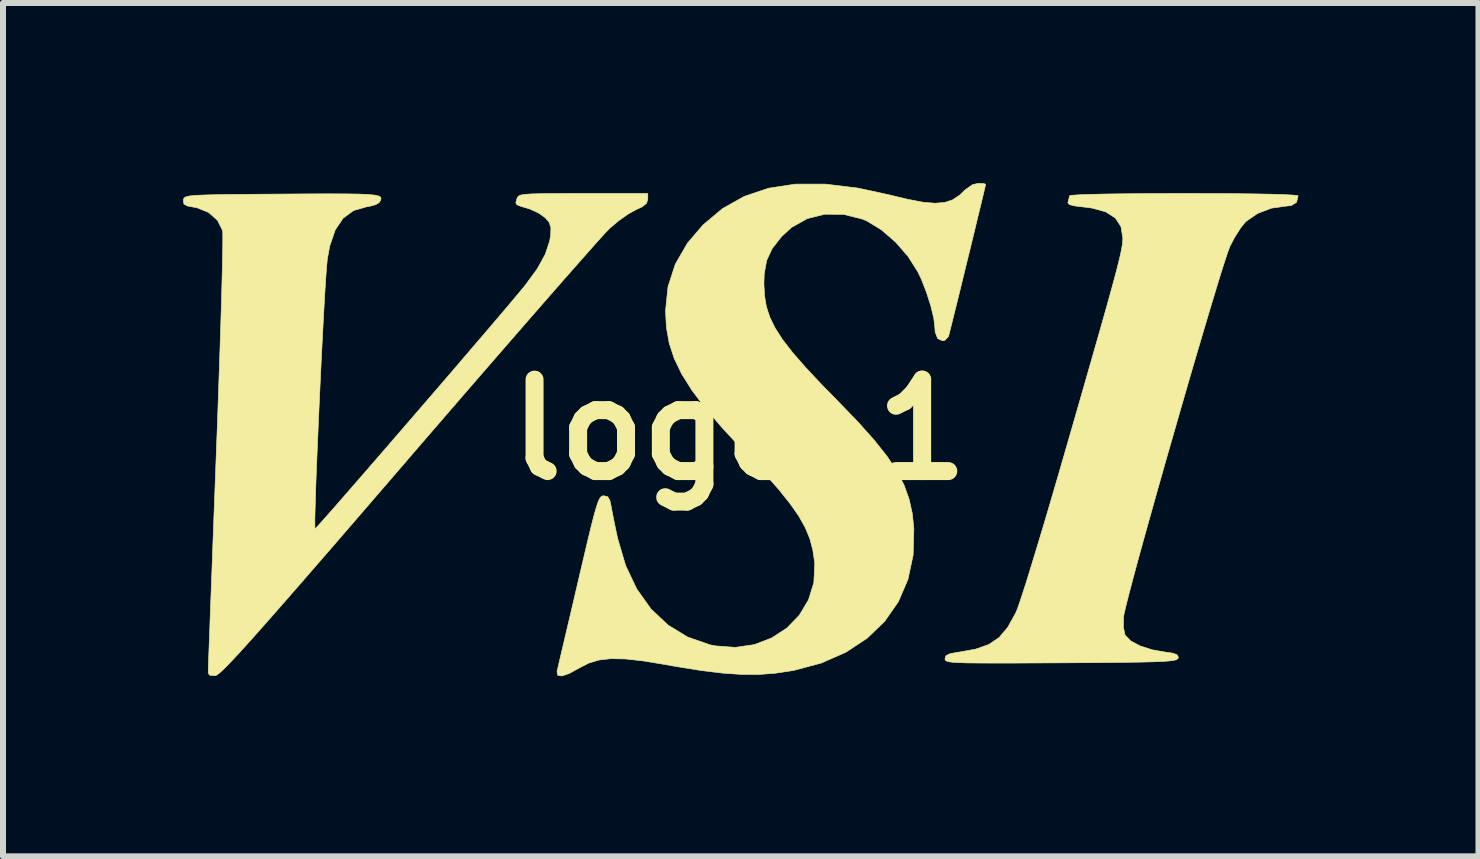
<source format=kicad_pcb>
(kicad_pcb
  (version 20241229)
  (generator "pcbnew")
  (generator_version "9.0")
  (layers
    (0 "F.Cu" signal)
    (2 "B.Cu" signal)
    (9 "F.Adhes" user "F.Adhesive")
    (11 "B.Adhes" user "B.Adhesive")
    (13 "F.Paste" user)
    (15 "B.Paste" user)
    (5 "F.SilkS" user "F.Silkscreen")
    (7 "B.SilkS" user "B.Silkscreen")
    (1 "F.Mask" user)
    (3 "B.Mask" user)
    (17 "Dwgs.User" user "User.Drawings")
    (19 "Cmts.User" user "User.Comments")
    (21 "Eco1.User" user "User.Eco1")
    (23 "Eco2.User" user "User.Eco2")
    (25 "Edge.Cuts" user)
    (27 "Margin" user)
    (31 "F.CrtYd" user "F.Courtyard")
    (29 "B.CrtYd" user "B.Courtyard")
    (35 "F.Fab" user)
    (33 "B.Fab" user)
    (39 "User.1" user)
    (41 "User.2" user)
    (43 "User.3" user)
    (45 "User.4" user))
  (footprint "logo_1"
    (layer "F.Cu")
    (at 9.269 4.111)
    (property "Reference" "logo_1" (at 0 0 0) (layer "F.SilkS") (effects (font (size 1.524 1.524) (thickness 0.3))))
    (attr through_hole)
    (fp_poly (pts (xy 7.845 -3.936) (xy 8.236 -3.934) (xy 8.577 -3.93) (xy 8.86 -3.925) (xy 9.081 -3.918) (xy 9.231 -3.91) (xy 9.306 -3.902) (xy 9.313 -3.898) (xy 9.287 -3.79) (xy 9.201 -3.736) (xy 9.102 -3.725) (xy 8.868 -3.692) (xy 8.637 -3.604) (xy 8.448 -3.474) (xy 8.439 -3.466) (xy 8.353 -3.359) (xy 8.257 -3.208) (xy 8.177 -3.055) (xy 8.143 -2.965) (xy 8.089 -2.802) (xy 8.017 -2.576) (xy 7.931 -2.293) (xy 7.831 -1.962) (xy 7.721 -1.592) (xy 7.602 -1.19) (xy 7.478 -0.765) (xy 7.351 -0.326) (xy 7.223 0.12) (xy 7.095 0.565) (xy 6.972 0.999) (xy 6.855 1.416) (xy 6.746 1.806) (xy 6.648 2.161) (xy 6.564 2.473) (xy 6.495 2.734) (xy 6.444 2.936) (xy 6.413 3.069) (xy 6.405 3.115) (xy 6.401 3.285) (xy 6.426 3.411) (xy 6.433 3.426) (xy 6.524 3.52) (xy 6.682 3.604) (xy 6.888 3.669) (xy 7.083 3.703) (xy 7.224 3.724) (xy 7.296 3.75) (xy 7.317 3.788) (xy 7.315 3.803) (xy 7.306 3.819) (xy 7.282 3.833) (xy 7.235 3.845) (xy 7.159 3.854) (xy 7.046 3.862) (xy 6.888 3.868) (xy 6.68 3.873) (xy 6.413 3.877) (xy 6.08 3.88) (xy 5.675 3.883) (xy 5.365 3.885) (xy 4.91 3.887) (xy 4.533 3.889) (xy 4.225 3.889) (xy 3.981 3.888) (xy 3.792 3.886) (xy 3.652 3.881) (xy 3.554 3.875) (xy 3.489 3.866) (xy 3.452 3.854) (xy 3.434 3.84) (xy 3.429 3.822) (xy 3.429 3.816) (xy 3.445 3.766) (xy 3.507 3.734) (xy 3.633 3.71) (xy 3.651 3.708) (xy 3.938 3.657) (xy 4.159 3.579) (xy 4.332 3.462) (xy 4.475 3.292) (xy 4.605 3.057) (xy 4.619 3.027) (xy 4.652 2.94) (xy 4.706 2.779) (xy 4.779 2.554) (xy 4.866 2.271) (xy 4.967 1.94) (xy 5.079 1.569) (xy 5.198 1.165) (xy 5.323 0.738) (xy 5.42 0.402) (xy 5.595 -0.204) (xy 5.747 -0.734) (xy 5.879 -1.194) (xy 5.992 -1.589) (xy 6.087 -1.924) (xy 6.166 -2.206) (xy 6.23 -2.439) (xy 6.281 -2.629) (xy 6.32 -2.782) (xy 6.349 -2.902) (xy 6.369 -2.997) (xy 6.382 -3.07) (xy 6.389 -3.127) (xy 6.392 -3.175) (xy 6.392 -3.194) (xy 6.362 -3.383) (xy 6.269 -3.527) (xy 6.109 -3.63) (xy 5.877 -3.694) (xy 5.733 -3.712) (xy 5.581 -3.731) (xy 5.5 -3.753) (xy 5.477 -3.784) (xy 5.48 -3.799) (xy 5.501 -3.877) (xy 5.503 -3.898) (xy 5.545 -3.907) (xy 5.664 -3.915) (xy 5.856 -3.922) (xy 6.114 -3.928) (xy 6.432 -3.932) (xy 6.803 -3.935) (xy 7.221 -3.937) (xy 7.408 -3.937) (xy 7.845 -3.936)) (stroke (width 0.01) (type solid)) (fill yes) (layer "F.SilkS"))
    (fp_poly (pts (xy -1.524 -3.842) (xy -1.545 -3.773) (xy -1.618 -3.714) (xy -1.721 -3.666) (xy -1.849 -3.596) (xy -2.004 -3.487) (xy -2.154 -3.361) (xy -2.167 -3.348) (xy -2.228 -3.285) (xy -2.34 -3.162) (xy -2.499 -2.983) (xy -2.702 -2.753) (xy -2.945 -2.477) (xy -3.223 -2.159) (xy -3.534 -1.803) (xy -3.872 -1.414) (xy -4.235 -0.996) (xy -4.618 -0.554) (xy -5.018 -0.091) (xy -5.43 0.386) (xy -5.516 0.487) (xy -6.009 1.059) (xy -6.45 1.57) (xy -6.842 2.024) (xy -7.188 2.422) (xy -7.49 2.769) (xy -7.751 3.067) (xy -7.974 3.32) (xy -8.162 3.531) (xy -8.318 3.703) (xy -8.445 3.84) (xy -8.545 3.944) (xy -8.621 4.018) (xy -8.677 4.067) (xy -8.714 4.092) (xy -8.731 4.099) (xy -8.824 4.092) (xy -8.849 4.056) (xy -8.848 4.006) (xy -8.844 3.878) (xy -8.837 3.678) (xy -8.827 3.412) (xy -8.815 3.086) (xy -8.801 2.707) (xy -8.785 2.282) (xy -8.768 1.815) (xy -8.749 1.314) (xy -8.729 0.785) (xy -8.715 0.402) (xy -8.694 -0.145) (xy -8.676 -0.669) (xy -8.659 -1.165) (xy -8.644 -1.625) (xy -8.631 -2.044) (xy -8.621 -2.414) (xy -8.613 -2.73) (xy -8.608 -2.985) (xy -8.606 -3.173) (xy -8.607 -3.286) (xy -8.609 -3.318) (xy -8.694 -3.488) (xy -8.841 -3.62) (xy -9.033 -3.698) (xy -9.076 -3.706) (xy -9.197 -3.729) (xy -9.253 -3.76) (xy -9.264 -3.81) (xy -9.263 -3.826) (xy -9.258 -3.849) (xy -9.246 -3.867) (xy -9.219 -3.882) (xy -9.168 -3.894) (xy -9.086 -3.903) (xy -8.965 -3.91) (xy -8.797 -3.915) (xy -8.575 -3.919) (xy -8.289 -3.922) (xy -7.933 -3.925) (xy -7.609 -3.927) (xy -7.185 -3.93) (xy -6.837 -3.931) (xy -6.56 -3.93) (xy -6.346 -3.927) (xy -6.188 -3.92) (xy -6.078 -3.91) (xy -6.01 -3.895) (xy -5.976 -3.875) (xy -5.969 -3.849) (xy -5.981 -3.816) (xy -6.001 -3.785) (xy -6.06 -3.75) (xy -6.168 -3.721) (xy -6.21 -3.715) (xy -6.428 -3.652) (xy -6.602 -3.524) (xy -6.733 -3.329) (xy -6.824 -3.062) (xy -6.864 -2.845) (xy -6.874 -2.741) (xy -6.887 -2.571) (xy -6.902 -2.342) (xy -6.918 -2.065) (xy -6.935 -1.749) (xy -6.953 -1.403) (xy -6.971 -1.037) (xy -6.989 -0.661) (xy -7.006 -0.283) (xy -7.022 0.086) (xy -7.037 0.438) (xy -7.05 0.763) (xy -7.06 1.051) (xy -7.067 1.294) (xy -7.072 1.481) (xy -7.072 1.603) (xy -7.069 1.651) (xy -7.068 1.651) (xy -7.037 1.62) (xy -6.957 1.531) (xy -6.833 1.391) (xy -6.671 1.207) (xy -6.477 0.984) (xy -6.256 0.73) (xy -6.014 0.451) (xy -5.757 0.154) (xy -5.49 -0.155) (xy -5.219 -0.469) (xy -4.95 -0.781) (xy -4.688 -1.086) (xy -4.44 -1.376) (xy -4.21 -1.644) (xy -4.005 -1.885) (xy -3.83 -2.091) (xy -3.691 -2.257) (xy -3.593 -2.375) (xy -3.565 -2.409) (xy -3.366 -2.681) (xy -3.233 -2.922) (xy -3.159 -3.144) (xy -3.143 -3.239) (xy -3.138 -3.369) (xy -3.168 -3.457) (xy -3.228 -3.528) (xy -3.338 -3.608) (xy -3.479 -3.674) (xy -3.519 -3.687) (xy -3.645 -3.724) (xy -3.707 -3.751) (xy -3.723 -3.782) (xy -3.71 -3.833) (xy -3.705 -3.849) (xy -3.694 -3.876) (xy -3.673 -3.897) (xy -3.633 -3.912) (xy -3.562 -3.923) (xy -3.453 -3.93) (xy -3.293 -3.934) (xy -3.075 -3.936) (xy -2.786 -3.937) (xy -2.601 -3.937) (xy -1.524 -3.937) (xy -1.524 -3.842)) (stroke (width 0.01) (type solid)) (fill yes) (layer "F.SilkS"))
    (fp_poly (pts (xy 4.073 -4.102) (xy 4.106 -4.091) (xy 4.097 -4.047) (xy 4.07 -3.933) (xy 4.029 -3.762) (xy 3.976 -3.545) (xy 3.916 -3.295) (xy 3.85 -3.023) (xy 3.781 -2.743) (xy 3.714 -2.467) (xy 3.65 -2.206) (xy 3.592 -1.973) (xy 3.544 -1.78) (xy 3.509 -1.639) (xy 3.49 -1.563) (xy 3.488 -1.556) (xy 3.432 -1.493) (xy 3.388 -1.482) (xy 3.307 -1.519) (xy 3.265 -1.627) (xy 3.26 -1.705) (xy 3.242 -1.859) (xy 3.193 -2.061) (xy 3.122 -2.284) (xy 3.038 -2.501) (xy 2.974 -2.635) (xy 2.812 -2.89) (xy 2.604 -3.128) (xy 2.371 -3.329) (xy 2.134 -3.475) (xy 2.054 -3.51) (xy 1.736 -3.589) (xy 1.425 -3.591) (xy 1.133 -3.518) (xy 0.871 -3.371) (xy 0.705 -3.219) (xy 0.549 -3.019) (xy 0.457 -2.821) (xy 0.416 -2.595) (xy 0.411 -2.434) (xy 0.421 -2.239) (xy 0.451 -2.056) (xy 0.508 -1.878) (xy 0.597 -1.696) (xy 0.723 -1.5) (xy 0.892 -1.282) (xy 1.11 -1.033) (xy 1.381 -0.744) (xy 1.646 -0.474) (xy 1.977 -0.131) (xy 2.246 0.17) (xy 2.461 0.44) (xy 2.626 0.687) (xy 2.747 0.923) (xy 2.831 1.157) (xy 2.884 1.398) (xy 2.91 1.651) (xy 2.898 2.09) (xy 2.811 2.496) (xy 2.652 2.865) (xy 2.425 3.192) (xy 2.132 3.474) (xy 1.779 3.707) (xy 1.369 3.888) (xy 0.905 4.012) (xy 0.593 4.059) (xy 0.323 4.079) (xy 0.038 4.078) (xy -0.278 4.056) (xy -0.64 4.012) (xy -1.062 3.944) (xy -1.235 3.913) (xy -1.599 3.853) (xy -1.895 3.82) (xy -2.137 3.815) (xy -2.338 3.838) (xy -2.51 3.89) (xy -2.664 3.969) (xy -2.834 4.063) (xy -2.956 4.104) (xy -3.026 4.092) (xy -3.037 4.026) (xy -3.035 4.019) (xy -3.02 3.958) (xy -2.989 3.825) (xy -2.943 3.63) (xy -2.885 3.383) (xy -2.817 3.094) (xy -2.742 2.774) (xy -2.682 2.516) (xy -2.593 2.137) (xy -2.521 1.832) (xy -2.463 1.593) (xy -2.417 1.413) (xy -2.379 1.283) (xy -2.349 1.195) (xy -2.322 1.14) (xy -2.298 1.112) (xy -2.273 1.102) (xy -2.258 1.101) (xy -2.191 1.117) (xy -2.154 1.182) (xy -2.138 1.259) (xy -2.117 1.372) (xy -2.084 1.539) (xy -2.044 1.731) (xy -2.026 1.812) (xy -1.894 2.262) (xy -1.707 2.656) (xy -1.47 2.988) (xy -1.186 3.256) (xy -0.858 3.456) (xy -0.489 3.584) (xy -0.399 3.602) (xy -0.065 3.627) (xy 0.252 3.581) (xy 0.541 3.47) (xy 0.794 3.305) (xy 1.001 3.091) (xy 1.154 2.836) (xy 1.243 2.549) (xy 1.259 2.238) (xy 1.255 2.197) (xy 1.226 2.002) (xy 1.177 1.818) (xy 1.102 1.635) (xy 0.995 1.443) (xy 0.85 1.235) (xy 0.661 0.999) (xy 0.423 0.728) (xy 0.128 0.411) (xy 0.057 0.336) (xy -0.286 -0.034) (xy -0.566 -0.362) (xy -0.789 -0.658) (xy -0.96 -0.93) (xy -1.084 -1.188) (xy -1.167 -1.442) (xy -1.213 -1.701) (xy -1.228 -1.974) (xy -1.228 -1.983) (xy -1.187 -2.382) (xy -1.066 -2.757) (xy -0.863 -3.109) (xy -0.604 -3.412) (xy -0.279 -3.685) (xy 0.085 -3.889) (xy 0.49 -4.025) (xy 0.939 -4.093) (xy 1.434 -4.093) (xy 1.977 -4.027) (xy 2.476 -3.919) (xy 2.801 -3.841) (xy 3.058 -3.792) (xy 3.262 -3.774) (xy 3.424 -3.787) (xy 3.556 -3.831) (xy 3.672 -3.908) (xy 3.764 -3.996) (xy 3.889 -4.085) (xy 3.987 -4.106) (xy 4.073 -4.102)) (stroke (width 0.01) (type solid)) (fill yes) (layer "F.SilkS")))
  (gr_rect
    (start -3 -3)
    (end 21.588 11.22)
    (stroke (width 0.1) (type default))
    (fill no)
    (layer "Edge.Cuts")))
</source>
